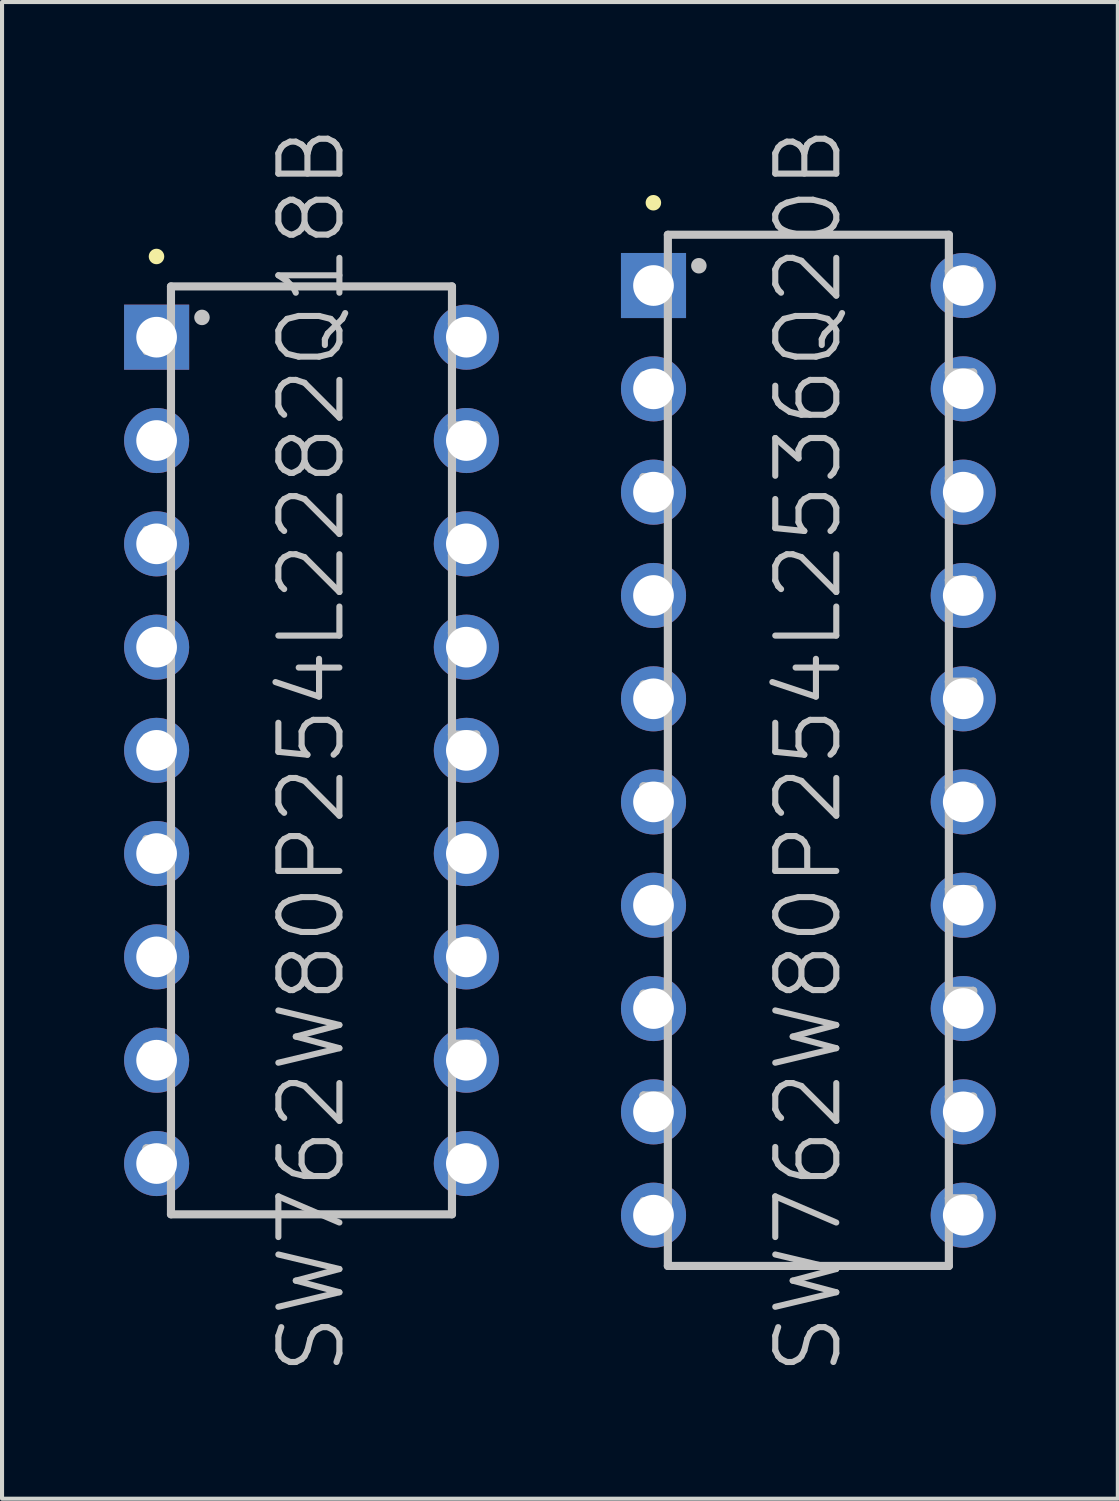
<source format=kicad_pcb>
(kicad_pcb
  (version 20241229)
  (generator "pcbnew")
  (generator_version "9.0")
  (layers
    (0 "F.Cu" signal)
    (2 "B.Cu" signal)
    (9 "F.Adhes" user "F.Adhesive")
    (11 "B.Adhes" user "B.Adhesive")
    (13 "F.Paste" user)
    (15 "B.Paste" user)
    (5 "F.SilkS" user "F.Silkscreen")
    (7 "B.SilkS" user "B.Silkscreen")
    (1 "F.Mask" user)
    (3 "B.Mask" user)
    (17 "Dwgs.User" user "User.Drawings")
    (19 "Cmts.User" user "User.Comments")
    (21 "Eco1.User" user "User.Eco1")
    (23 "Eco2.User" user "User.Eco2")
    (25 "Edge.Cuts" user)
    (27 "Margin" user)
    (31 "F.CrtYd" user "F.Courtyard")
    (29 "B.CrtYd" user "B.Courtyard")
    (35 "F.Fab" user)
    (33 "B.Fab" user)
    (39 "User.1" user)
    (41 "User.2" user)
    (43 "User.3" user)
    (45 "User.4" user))
  (footprint "SW762W80P254L2282Q18B"
    (layer "F.Cu")
    (at 4.607 15.396)
    (property "Reference" "SW762W80P254L2282Q18B" (at 0 0 90) (layer "Dwgs.User") (effects (font (size 1.5 1.5) (thickness 0.15))))
    (attr through_hole)
    (fp_line (start -3.81 -12.141) (end -3.81 -12.141) (stroke (width 0.381) (type solid)) (layer "F.SilkS"))
    (fp_line (start -4.056 -7.917) (end -4.056 -7.318) (stroke (width 0.2) (type solid)) (layer "Dwgs.User"))
    (fp_line (start -4.056 -7.318) (end -3.457 -7.318) (stroke (width 0.2) (type solid)) (layer "Dwgs.User"))
    (fp_line (start -4.056 -5.415) (end -4.056 -4.816) (stroke (width 0.2) (type solid)) (layer "Dwgs.User"))
    (fp_line (start -4.056 -4.816) (end -3.457 -4.816) (stroke (width 0.2) (type solid)) (layer "Dwgs.User"))
    (fp_line (start -4.056 -0.318) (end -4.056 0.282) (stroke (width 0.2) (type solid)) (layer "Dwgs.User"))
    (fp_line (start -4.056 0.282) (end -3.457 0.282) (stroke (width 0.2) (type solid)) (layer "Dwgs.User"))
    (fp_line (start -4.056 2.184) (end -4.056 2.784) (stroke (width 0.2) (type solid)) (layer "Dwgs.User"))
    (fp_line (start -4.056 2.784) (end -3.457 2.784) (stroke (width 0.2) (type solid)) (layer "Dwgs.User"))
    (fp_line (start -4.056 7.282) (end -4.056 7.882) (stroke (width 0.2) (type solid)) (layer "Dwgs.User"))
    (fp_line (start -4.056 7.882) (end -3.457 7.882) (stroke (width 0.2) (type solid)) (layer "Dwgs.User"))
    (fp_line (start -4.056 9.784) (end -4.056 10.384) (stroke (width 0.2) (type solid)) (layer "Dwgs.User"))
    (fp_line (start -4.056 10.384) (end -3.457 10.384) (stroke (width 0.2) (type solid)) (layer "Dwgs.User"))
    (fp_line (start -4.054 -10.417) (end -4.054 -9.817) (stroke (width 0.2) (type solid)) (layer "Dwgs.User"))
    (fp_line (start -4.054 -9.817) (end -3.454 -9.817) (stroke (width 0.2) (type solid)) (layer "Dwgs.User"))
    (fp_line (start -4.054 -2.817) (end -4.054 -2.217) (stroke (width 0.2) (type solid)) (layer "Dwgs.User"))
    (fp_line (start -4.054 -2.217) (end -3.454 -2.217) (stroke (width 0.2) (type solid)) (layer "Dwgs.User"))
    (fp_line (start -4.054 4.783) (end -4.054 5.382) (stroke (width 0.2) (type solid)) (layer "Dwgs.User"))
    (fp_line (start -4.054 5.382) (end -3.454 5.382) (stroke (width 0.2) (type solid)) (layer "Dwgs.User"))
    (fp_line (start -3.457 -7.917) (end -4.056 -7.917) (stroke (width 0.2) (type solid)) (layer "Dwgs.User"))
    (fp_line (start -3.457 -5.415) (end -4.056 -5.415) (stroke (width 0.2) (type solid)) (layer "Dwgs.User"))
    (fp_line (start -3.457 -0.318) (end -4.056 -0.318) (stroke (width 0.2) (type solid)) (layer "Dwgs.User"))
    (fp_line (start -3.457 2.184) (end -4.056 2.184) (stroke (width 0.2) (type solid)) (layer "Dwgs.User"))
    (fp_line (start -3.457 7.282) (end -4.056 7.282) (stroke (width 0.2) (type solid)) (layer "Dwgs.User"))
    (fp_line (start -3.457 9.784) (end -4.056 9.784) (stroke (width 0.2) (type solid)) (layer "Dwgs.User"))
    (fp_line (start -3.454 -11.405) (end -3.454 11.405) (stroke (width 0.2) (type solid)) (layer "Dwgs.User"))
    (fp_line (start -3.454 -11.405) (end 3.454 -11.405) (stroke (width 0.2) (type solid)) (layer "Dwgs.User"))
    (fp_line (start -3.454 -10.417) (end -4.054 -10.417) (stroke (width 0.2) (type solid)) (layer "Dwgs.User"))
    (fp_line (start -3.454 -2.817) (end -4.054 -2.817) (stroke (width 0.2) (type solid)) (layer "Dwgs.User"))
    (fp_line (start -3.454 4.783) (end -4.054 4.783) (stroke (width 0.2) (type solid)) (layer "Dwgs.User"))
    (fp_line (start -3.454 11.405) (end 3.454 11.405) (stroke (width 0.2) (type solid)) (layer "Dwgs.User"))
    (fp_line (start -2.692 -10.643) (end -2.692 -10.643) (stroke (width 0.381) (type solid)) (layer "Dwgs.User"))
    (fp_line (start 3.452 -9.888) (end 4.051 -9.888) (stroke (width 0.2) (type solid)) (layer "Dwgs.User"))
    (fp_line (start 3.452 -7.389) (end 4.051 -7.389) (stroke (width 0.2) (type solid)) (layer "Dwgs.User"))
    (fp_line (start 3.452 -4.788) (end 4.051 -4.788) (stroke (width 0.2) (type solid)) (layer "Dwgs.User"))
    (fp_line (start 3.452 -2.289) (end 4.051 -2.289) (stroke (width 0.2) (type solid)) (layer "Dwgs.User"))
    (fp_line (start 3.452 0.211) (end 4.051 0.211) (stroke (width 0.2) (type solid)) (layer "Dwgs.User"))
    (fp_line (start 3.452 2.812) (end 4.051 2.812) (stroke (width 0.2) (type solid)) (layer "Dwgs.User"))
    (fp_line (start 3.452 5.311) (end 4.051 5.311) (stroke (width 0.2) (type solid)) (layer "Dwgs.User"))
    (fp_line (start 3.452 7.811) (end 4.051 7.811) (stroke (width 0.2) (type solid)) (layer "Dwgs.User"))
    (fp_line (start 3.452 10.411) (end 4.051 10.411) (stroke (width 0.2) (type solid)) (layer "Dwgs.User"))
    (fp_line (start 3.454 -11.405) (end 3.454 11.405) (stroke (width 0.2) (type solid)) (layer "Dwgs.User"))
    (fp_line (start 4.051 -10.488) (end 3.452 -10.488) (stroke (width 0.2) (type solid)) (layer "Dwgs.User"))
    (fp_line (start 4.051 -9.888) (end 4.051 -10.488) (stroke (width 0.2) (type solid)) (layer "Dwgs.User"))
    (fp_line (start 4.051 -7.988) (end 3.452 -7.988) (stroke (width 0.2) (type solid)) (layer "Dwgs.User"))
    (fp_line (start 4.051 -7.389) (end 4.051 -7.988) (stroke (width 0.2) (type solid)) (layer "Dwgs.User"))
    (fp_line (start 4.051 -5.387) (end 3.452 -5.387) (stroke (width 0.2) (type solid)) (layer "Dwgs.User"))
    (fp_line (start 4.051 -4.788) (end 4.051 -5.387) (stroke (width 0.2) (type solid)) (layer "Dwgs.User"))
    (fp_line (start 4.051 -2.888) (end 3.452 -2.888) (stroke (width 0.2) (type solid)) (layer "Dwgs.User"))
    (fp_line (start 4.051 -2.289) (end 4.051 -2.888) (stroke (width 0.2) (type solid)) (layer "Dwgs.User"))
    (fp_line (start 4.051 -0.389) (end 3.452 -0.389) (stroke (width 0.2) (type solid)) (layer "Dwgs.User"))
    (fp_line (start 4.051 0.211) (end 4.051 -0.389) (stroke (width 0.2) (type solid)) (layer "Dwgs.User"))
    (fp_line (start 4.051 2.212) (end 3.452 2.212) (stroke (width 0.2) (type solid)) (layer "Dwgs.User"))
    (fp_line (start 4.051 2.812) (end 4.051 2.212) (stroke (width 0.2) (type solid)) (layer "Dwgs.User"))
    (fp_line (start 4.051 4.712) (end 3.452 4.712) (stroke (width 0.2) (type solid)) (layer "Dwgs.User"))
    (fp_line (start 4.051 5.311) (end 4.051 4.712) (stroke (width 0.2) (type solid)) (layer "Dwgs.User"))
    (fp_line (start 4.051 7.211) (end 3.452 7.211) (stroke (width 0.2) (type solid)) (layer "Dwgs.User"))
    (fp_line (start 4.051 7.811) (end 4.051 7.211) (stroke (width 0.2) (type solid)) (layer "Dwgs.User"))
    (fp_line (start 4.051 9.812) (end 3.452 9.812) (stroke (width 0.2) (type solid)) (layer "Dwgs.User"))
    (fp_line (start 4.051 10.411) (end 4.051 9.812) (stroke (width 0.2) (type solid)) (layer "Dwgs.User"))
    (pad "1" thru_hole rect (at -3.807 -10.157 180) (size 1.6 1.6) (drill 1) (layers "*.Cu" "*.Mask"))
    (pad "2" thru_hole circle (at -3.807 -7.617 180) (size 1.6 1.6) (drill 1) (layers "*.Cu" "*.Mask"))
    (pad "3" thru_hole circle (at -3.807 -5.077 180) (size 1.6 1.6) (drill 1) (layers "*.Cu" "*.Mask"))
    (pad "4" thru_hole circle (at -3.807 -2.537 180) (size 1.6 1.6) (drill 1) (layers "*.Cu" "*.Mask"))
    (pad "5" thru_hole circle (at -3.807 0 180) (size 1.6 1.6) (drill 1) (layers "*.Cu" "*.Mask"))
    (pad "6" thru_hole circle (at -3.807 2.537 180) (size 1.6 1.6) (drill 1) (layers "*.Cu" "*.Mask"))
    (pad "7" thru_hole circle (at -3.807 5.077 180) (size 1.6 1.6) (drill 1) (layers "*.Cu" "*.Mask"))
    (pad "8" thru_hole circle (at -3.807 7.617 180) (size 1.6 1.6) (drill 1) (layers "*.Cu" "*.Mask"))
    (pad "9" thru_hole circle (at -3.807 10.157 180) (size 1.6 1.6) (drill 1) (layers "*.Cu" "*.Mask"))
    (pad "10" thru_hole circle (at 3.807 10.157 180) (size 1.6 1.6) (drill 1) (layers "*.Cu" "*.Mask"))
    (pad "11" thru_hole circle (at 3.807 7.617 180) (size 1.6 1.6) (drill 1) (layers "*.Cu" "*.Mask"))
    (pad "12" thru_hole circle (at 3.807 5.077 180) (size 1.6 1.6) (drill 1) (layers "*.Cu" "*.Mask"))
    (pad "13" thru_hole circle (at 3.807 2.537 180) (size 1.6 1.6) (drill 1) (layers "*.Cu" "*.Mask"))
    (pad "14" thru_hole circle (at 3.807 0 180) (size 1.6 1.6) (drill 1) (layers "*.Cu" "*.Mask"))
    (pad "15" thru_hole circle (at 3.807 -2.537) (size 1.6 1.6) (drill 1) (layers "*.Cu" "*.Mask"))
    (pad "16" thru_hole circle (at 3.807 -5.077) (size 1.6 1.6) (drill 1) (layers "*.Cu" "*.Mask"))
    (pad "17" thru_hole circle (at 3.807 -7.617) (size 1.6 1.6) (drill 1) (layers "*.Cu" "*.Mask"))
    (pad "18" thru_hole circle (at 3.807 -10.157) (size 1.6 1.6) (drill 1) (layers "*.Cu" "*.Mask")))
  (footprint "SW762W80P254L2536Q20B"
    (layer "F.Cu")
    (at 16.822 15.396)
    (property "Reference" "SW762W80P254L2536Q20B" (at 0 0 90) (layer "Dwgs.User") (effects (font (size 1.5 1.5) (thickness 0.15))))
    (attr through_hole)
    (fp_line (start -3.81 -13.462) (end -3.81 -13.462) (stroke (width 0.381) (type solid)) (layer "F.SilkS"))
    (fp_line (start -4.054 -9.218) (end -4.054 -8.618) (stroke (width 0.2) (type solid)) (layer "Dwgs.User"))
    (fp_line (start -4.054 -8.618) (end -3.454 -8.618) (stroke (width 0.2) (type solid)) (layer "Dwgs.User"))
    (fp_line (start -4.054 -6.716) (end -4.054 -6.116) (stroke (width 0.2) (type solid)) (layer "Dwgs.User"))
    (fp_line (start -4.054 -6.116) (end -3.454 -6.116) (stroke (width 0.2) (type solid)) (layer "Dwgs.User"))
    (fp_line (start -4.054 -1.618) (end -4.054 -1.019) (stroke (width 0.2) (type solid)) (layer "Dwgs.User"))
    (fp_line (start -4.054 -1.019) (end -3.454 -1.019) (stroke (width 0.2) (type solid)) (layer "Dwgs.User"))
    (fp_line (start -4.054 0.884) (end -4.054 1.483) (stroke (width 0.2) (type solid)) (layer "Dwgs.User"))
    (fp_line (start -4.054 1.483) (end -3.454 1.483) (stroke (width 0.2) (type solid)) (layer "Dwgs.User"))
    (fp_line (start -4.054 5.982) (end -4.054 6.581) (stroke (width 0.2) (type solid)) (layer "Dwgs.User"))
    (fp_line (start -4.054 6.581) (end -3.454 6.581) (stroke (width 0.2) (type solid)) (layer "Dwgs.User"))
    (fp_line (start -4.054 8.484) (end -4.054 9.083) (stroke (width 0.2) (type solid)) (layer "Dwgs.User"))
    (fp_line (start -4.054 9.083) (end -3.454 9.083) (stroke (width 0.2) (type solid)) (layer "Dwgs.User"))
    (fp_line (start -4.051 -11.717) (end -4.051 -11.118) (stroke (width 0.2) (type solid)) (layer "Dwgs.User"))
    (fp_line (start -4.051 -11.118) (end -3.452 -11.118) (stroke (width 0.2) (type solid)) (layer "Dwgs.User"))
    (fp_line (start -4.051 -4.117) (end -4.051 -3.518) (stroke (width 0.2) (type solid)) (layer "Dwgs.User"))
    (fp_line (start -4.051 -3.518) (end -3.452 -3.518) (stroke (width 0.2) (type solid)) (layer "Dwgs.User"))
    (fp_line (start -4.051 3.482) (end -4.051 4.082) (stroke (width 0.2) (type solid)) (layer "Dwgs.User"))
    (fp_line (start -4.051 4.082) (end -3.452 4.082) (stroke (width 0.2) (type solid)) (layer "Dwgs.User"))
    (fp_line (start -4.051 11.082) (end -4.051 11.681) (stroke (width 0.2) (type solid)) (layer "Dwgs.User"))
    (fp_line (start -4.051 11.681) (end -3.452 11.681) (stroke (width 0.2) (type solid)) (layer "Dwgs.User"))
    (fp_line (start -3.454 -12.675) (end -3.454 12.675) (stroke (width 0.2) (type solid)) (layer "Dwgs.User"))
    (fp_line (start -3.454 -12.675) (end 3.454 -12.675) (stroke (width 0.2) (type solid)) (layer "Dwgs.User"))
    (fp_line (start -3.454 -9.218) (end -4.054 -9.218) (stroke (width 0.2) (type solid)) (layer "Dwgs.User"))
    (fp_line (start -3.454 -6.716) (end -4.054 -6.716) (stroke (width 0.2) (type solid)) (layer "Dwgs.User"))
    (fp_line (start -3.454 -1.618) (end -4.054 -1.618) (stroke (width 0.2) (type solid)) (layer "Dwgs.User"))
    (fp_line (start -3.454 0.884) (end -4.054 0.884) (stroke (width 0.2) (type solid)) (layer "Dwgs.User"))
    (fp_line (start -3.454 5.982) (end -4.054 5.982) (stroke (width 0.2) (type solid)) (layer "Dwgs.User"))
    (fp_line (start -3.454 8.484) (end -4.054 8.484) (stroke (width 0.2) (type solid)) (layer "Dwgs.User"))
    (fp_line (start -3.454 12.675) (end 3.454 12.675) (stroke (width 0.2) (type solid)) (layer "Dwgs.User"))
    (fp_line (start -3.452 -11.717) (end -4.051 -11.717) (stroke (width 0.2) (type solid)) (layer "Dwgs.User"))
    (fp_line (start -3.452 -4.117) (end -4.051 -4.117) (stroke (width 0.2) (type solid)) (layer "Dwgs.User"))
    (fp_line (start -3.452 3.482) (end -4.051 3.482) (stroke (width 0.2) (type solid)) (layer "Dwgs.User"))
    (fp_line (start -3.452 11.082) (end -4.051 11.082) (stroke (width 0.2) (type solid)) (layer "Dwgs.User"))
    (fp_line (start -2.692 -11.913) (end -2.692 -11.913) (stroke (width 0.381) (type solid)) (layer "Dwgs.User"))
    (fp_line (start 3.452 -11.189) (end 4.051 -11.189) (stroke (width 0.2) (type solid)) (layer "Dwgs.User"))
    (fp_line (start 3.452 -8.689) (end 4.051 -8.689) (stroke (width 0.2) (type solid)) (layer "Dwgs.User"))
    (fp_line (start 3.452 -6.088) (end 4.051 -6.088) (stroke (width 0.2) (type solid)) (layer "Dwgs.User"))
    (fp_line (start 3.452 -3.589) (end 4.051 -3.589) (stroke (width 0.2) (type solid)) (layer "Dwgs.User"))
    (fp_line (start 3.452 -1.09) (end 4.051 -1.09) (stroke (width 0.2) (type solid)) (layer "Dwgs.User"))
    (fp_line (start 3.452 1.511) (end 4.051 1.511) (stroke (width 0.2) (type solid)) (layer "Dwgs.User"))
    (fp_line (start 3.452 4.011) (end 4.051 4.011) (stroke (width 0.2) (type solid)) (layer "Dwgs.User"))
    (fp_line (start 3.452 6.51) (end 4.051 6.51) (stroke (width 0.2) (type solid)) (layer "Dwgs.User"))
    (fp_line (start 3.452 9.111) (end 4.051 9.111) (stroke (width 0.2) (type solid)) (layer "Dwgs.User"))
    (fp_line (start 3.452 11.61) (end 4.051 11.61) (stroke (width 0.2) (type solid)) (layer "Dwgs.User"))
    (fp_line (start 3.454 -12.675) (end 3.454 12.675) (stroke (width 0.2) (type solid)) (layer "Dwgs.User"))
    (fp_line (start 4.051 -11.788) (end 3.452 -11.788) (stroke (width 0.2) (type solid)) (layer "Dwgs.User"))
    (fp_line (start 4.051 -11.189) (end 4.051 -11.788) (stroke (width 0.2) (type solid)) (layer "Dwgs.User"))
    (fp_line (start 4.051 -9.289) (end 3.452 -9.289) (stroke (width 0.2) (type solid)) (layer "Dwgs.User"))
    (fp_line (start 4.051 -8.689) (end 4.051 -9.289) (stroke (width 0.2) (type solid)) (layer "Dwgs.User"))
    (fp_line (start 4.051 -6.688) (end 3.452 -6.688) (stroke (width 0.2) (type solid)) (layer "Dwgs.User"))
    (fp_line (start 4.051 -6.088) (end 4.051 -6.688) (stroke (width 0.2) (type solid)) (layer "Dwgs.User"))
    (fp_line (start 4.051 -4.188) (end 3.452 -4.188) (stroke (width 0.2) (type solid)) (layer "Dwgs.User"))
    (fp_line (start 4.051 -3.589) (end 4.051 -4.188) (stroke (width 0.2) (type solid)) (layer "Dwgs.User"))
    (fp_line (start 4.051 -1.689) (end 3.452 -1.689) (stroke (width 0.2) (type solid)) (layer "Dwgs.User"))
    (fp_line (start 4.051 -1.09) (end 4.051 -1.689) (stroke (width 0.2) (type solid)) (layer "Dwgs.User"))
    (fp_line (start 4.051 0.912) (end 3.452 0.912) (stroke (width 0.2) (type solid)) (layer "Dwgs.User"))
    (fp_line (start 4.051 1.511) (end 4.051 0.912) (stroke (width 0.2) (type solid)) (layer "Dwgs.User"))
    (fp_line (start 4.051 3.411) (end 3.452 3.411) (stroke (width 0.2) (type solid)) (layer "Dwgs.User"))
    (fp_line (start 4.051 4.011) (end 4.051 3.411) (stroke (width 0.2) (type solid)) (layer "Dwgs.User"))
    (fp_line (start 4.051 5.911) (end 3.452 5.911) (stroke (width 0.2) (type solid)) (layer "Dwgs.User"))
    (fp_line (start 4.051 6.51) (end 4.051 5.911) (stroke (width 0.2) (type solid)) (layer "Dwgs.User"))
    (fp_line (start 4.051 8.512) (end 3.452 8.512) (stroke (width 0.2) (type solid)) (layer "Dwgs.User"))
    (fp_line (start 4.051 9.111) (end 4.051 8.512) (stroke (width 0.2) (type solid)) (layer "Dwgs.User"))
    (fp_line (start 4.051 11.011) (end 3.452 11.011) (stroke (width 0.2) (type solid)) (layer "Dwgs.User"))
    (fp_line (start 4.051 11.61) (end 4.051 11.011) (stroke (width 0.2) (type solid)) (layer "Dwgs.User"))
    (pad "1" thru_hole rect (at -3.807 -11.427 180) (size 1.6 1.6) (drill 1) (layers "*.Cu" "*.Mask"))
    (pad "2" thru_hole circle (at -3.807 -8.887 180) (size 1.6 1.6) (drill 1) (layers "*.Cu" "*.Mask"))
    (pad "3" thru_hole circle (at -3.807 -6.347 180) (size 1.6 1.6) (drill 1) (layers "*.Cu" "*.Mask"))
    (pad "4" thru_hole circle (at -3.807 -3.807 180) (size 1.6 1.6) (drill 1) (layers "*.Cu" "*.Mask"))
    (pad "5" thru_hole circle (at -3.807 -1.267 180) (size 1.6 1.6) (drill 1) (layers "*.Cu" "*.Mask"))
    (pad "6" thru_hole circle (at -3.807 1.267 180) (size 1.6 1.6) (drill 1) (layers "*.Cu" "*.Mask"))
    (pad "7" thru_hole circle (at -3.807 3.807 180) (size 1.6 1.6) (drill 1) (layers "*.Cu" "*.Mask"))
    (pad "8" thru_hole circle (at -3.807 6.347 180) (size 1.6 1.6) (drill 1) (layers "*.Cu" "*.Mask"))
    (pad "9" thru_hole circle (at -3.807 8.887 180) (size 1.6 1.6) (drill 1) (layers "*.Cu" "*.Mask"))
    (pad "10" thru_hole circle (at -3.807 11.427 180) (size 1.6 1.6) (drill 1) (layers "*.Cu" "*.Mask"))
    (pad "11" thru_hole circle (at 3.807 11.427 180) (size 1.6 1.6) (drill 1) (layers "*.Cu" "*.Mask"))
    (pad "12" thru_hole circle (at 3.807 8.887 180) (size 1.6 1.6) (drill 1) (layers "*.Cu" "*.Mask"))
    (pad "13" thru_hole circle (at 3.807 6.347 180) (size 1.6 1.6) (drill 1) (layers "*.Cu" "*.Mask"))
    (pad "14" thru_hole circle (at 3.807 3.807 180) (size 1.6 1.6) (drill 1) (layers "*.Cu" "*.Mask"))
    (pad "15" thru_hole circle (at 3.807 1.267 180) (size 1.6 1.6) (drill 1) (layers "*.Cu" "*.Mask"))
    (pad "16" thru_hole circle (at 3.807 -1.267 180) (size 1.6 1.6) (drill 1) (layers "*.Cu" "*.Mask"))
    (pad "17" thru_hole circle (at 3.807 -3.807 180) (size 1.6 1.6) (drill 1) (layers "*.Cu" "*.Mask"))
    (pad "18" thru_hole circle (at 3.807 -6.347 180) (size 1.6 1.6) (drill 1) (layers "*.Cu" "*.Mask"))
    (pad "19" thru_hole circle (at 3.807 -8.887 180) (size 1.6 1.6) (drill 1) (layers "*.Cu" "*.Mask"))
    (pad "20" thru_hole circle (at 3.807 -11.427 180) (size 1.6 1.6) (drill 1) (layers "*.Cu" "*.Mask")))
  (gr_rect
    (start -3 -3)
    (end 24.43 33.793)
    (stroke (width 0.1) (type default))
    (fill no)
    (layer "Edge.Cuts")))
</source>
